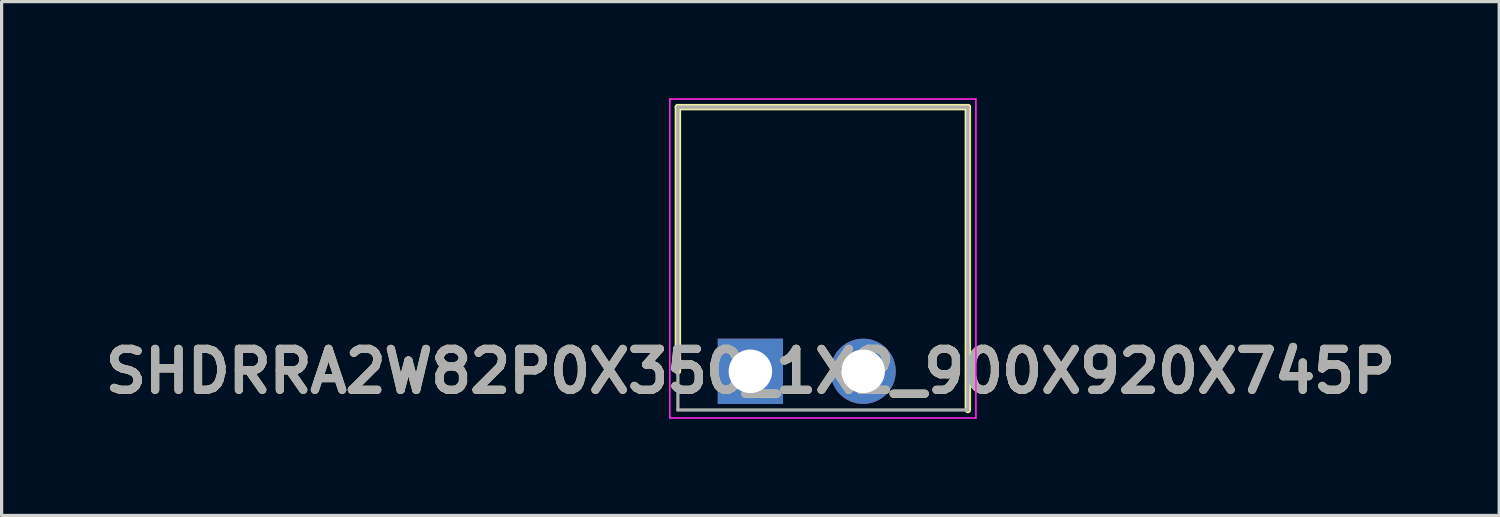
<source format=kicad_pcb>
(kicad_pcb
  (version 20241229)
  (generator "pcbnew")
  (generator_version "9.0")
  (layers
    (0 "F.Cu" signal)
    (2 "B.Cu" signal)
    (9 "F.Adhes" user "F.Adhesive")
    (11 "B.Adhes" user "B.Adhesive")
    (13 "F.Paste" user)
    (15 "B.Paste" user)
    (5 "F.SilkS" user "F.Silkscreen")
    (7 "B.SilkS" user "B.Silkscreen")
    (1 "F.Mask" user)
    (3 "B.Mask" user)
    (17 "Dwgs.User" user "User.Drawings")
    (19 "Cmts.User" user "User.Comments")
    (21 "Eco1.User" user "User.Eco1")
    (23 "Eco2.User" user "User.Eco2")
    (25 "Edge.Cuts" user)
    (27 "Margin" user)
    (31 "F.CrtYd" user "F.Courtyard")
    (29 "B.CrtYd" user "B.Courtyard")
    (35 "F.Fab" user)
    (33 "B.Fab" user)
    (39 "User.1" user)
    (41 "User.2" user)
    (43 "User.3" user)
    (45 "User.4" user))
  (footprint "SHDRRA2W82P0X350_1X2_900X920X745P"
    (layer "F.Cu")
    (at 20.241 8.475)
    (property "Reference" "SHDRRA2W82P0X350_1X2_900X920X745P" (at 0 0 0) (layer "F.SilkS") (effects (font (size 1.27 1.27) (thickness 0.254))))
    (attr through_hole)
    (fp_line (start -2.25 -8.2) (end 6.75 -8.2) (stroke (width 0.2) (type solid)) (layer "F.SilkS"))
    (fp_line (start -2.25 0) (end -2.25 -8.2) (stroke (width 0.2) (type solid)) (layer "F.SilkS"))
    (fp_line (start 6.75 -8.2) (end 6.75 1.2) (stroke (width 0.2) (type solid)) (layer "F.SilkS"))
    (fp_line (start -2.5 -8.45) (end -2.5 1.45) (stroke (width 0.05) (type solid)) (layer "F.CrtYd"))
    (fp_line (start -2.5 1.45) (end 7 1.45) (stroke (width 0.05) (type solid)) (layer "F.CrtYd"))
    (fp_line (start 7 -8.45) (end -2.5 -8.45) (stroke (width 0.05) (type solid)) (layer "F.CrtYd"))
    (fp_line (start 7 1.45) (end 7 -8.45) (stroke (width 0.05) (type solid)) (layer "F.CrtYd"))
    (fp_line (start -2.25 -8.2) (end 6.75 -8.2) (stroke (width 0.1) (type solid)) (layer "F.Fab"))
    (fp_line (start -2.25 1.2) (end -2.25 -8.2) (stroke (width 0.1) (type solid)) (layer "F.Fab"))
    (fp_line (start 6.75 -8.2) (end 6.75 1.2) (stroke (width 0.1) (type solid)) (layer "F.Fab"))
    (fp_line (start 6.75 1.2) (end -2.25 1.2) (stroke (width 0.1) (type solid)) (layer "F.Fab"))
    (fp_text user "${REFERENCE}" (at 0 0 0) (layer "F.Fab") (effects (font (size 1.27 1.27) (thickness 0.254))))
    (pad "1" thru_hole rect (at 0 0) (size 2.025 2.025) (drill 1.35) (layers "*.Cu" "*.Mask"))
    (pad "2" thru_hole circle (at 3.5 0) (size 2.025 2.025) (drill 1.35) (layers "*.Cu" "*.Mask")))
  (gr_rect
    (start -3 -3)
    (end 43.483 12.95)
    (stroke (width 0.1) (type default))
    (fill no)
    (layer "Edge.Cuts")))
</source>
